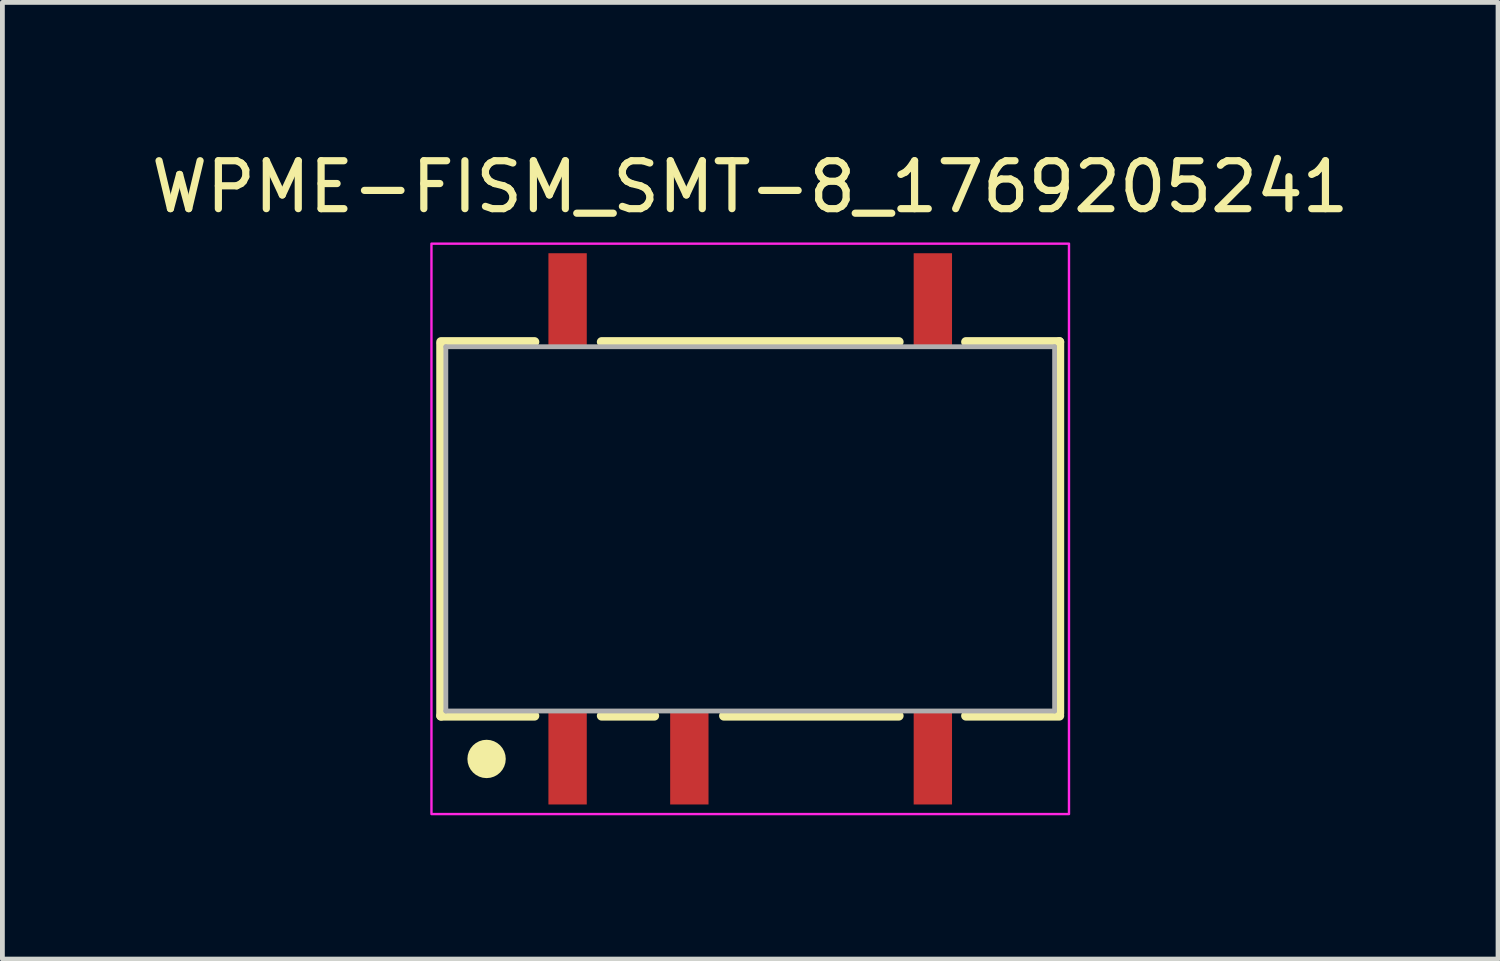
<source format=kicad_pcb>
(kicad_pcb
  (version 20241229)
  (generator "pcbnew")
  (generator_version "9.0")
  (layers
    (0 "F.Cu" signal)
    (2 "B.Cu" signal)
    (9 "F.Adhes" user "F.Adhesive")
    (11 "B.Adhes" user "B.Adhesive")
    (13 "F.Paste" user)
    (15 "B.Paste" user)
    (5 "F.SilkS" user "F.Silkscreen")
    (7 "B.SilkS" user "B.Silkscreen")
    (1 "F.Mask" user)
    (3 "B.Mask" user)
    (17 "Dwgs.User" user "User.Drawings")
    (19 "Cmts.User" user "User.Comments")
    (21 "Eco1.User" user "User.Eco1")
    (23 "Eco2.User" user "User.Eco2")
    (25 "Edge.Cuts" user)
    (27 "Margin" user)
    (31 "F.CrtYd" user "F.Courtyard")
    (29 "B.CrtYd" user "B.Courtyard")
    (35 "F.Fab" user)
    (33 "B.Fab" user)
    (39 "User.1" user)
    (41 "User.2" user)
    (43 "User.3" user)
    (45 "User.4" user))
  (footprint "WPME-FISM_SMT-8_1769205241"
    (layer "F.Cu")
    (at 12.601 7.983)
    (property "Reference" "WPME-FISM_SMT-8_1769205241" (at 0 -7.135 0) (layer "F.SilkS") (effects (font (size 1 1) (thickness 0.15))))
    (attr smd)
    (fp_line (start -6.45 -3.9) (end -4.5 -3.9) (stroke (width 0.2) (type solid)) (layer "F.SilkS"))
    (fp_line (start -6.45 -3.85) (end -6.45 3.9) (stroke (width 0.2) (type solid)) (layer "F.SilkS"))
    (fp_line (start -6.45 3.9) (end -4.5 3.9) (stroke (width 0.2) (type solid)) (layer "F.SilkS"))
    (fp_line (start -2 3.9) (end -3.1 3.9) (stroke (width 0.2) (type solid)) (layer "F.SilkS"))
    (fp_line (start 3.1 -3.9) (end -3.1 -3.9) (stroke (width 0.2) (type solid)) (layer "F.SilkS"))
    (fp_line (start 3.1 3.9) (end -0.55 3.9) (stroke (width 0.2) (type solid)) (layer "F.SilkS"))
    (fp_line (start 6.45 -3.9) (end 4.5 -3.9) (stroke (width 0.2) (type solid)) (layer "F.SilkS"))
    (fp_line (start 6.45 3.85) (end 6.45 -3.9) (stroke (width 0.2) (type solid)) (layer "F.SilkS"))
    (fp_line (start 6.45 3.9) (end 4.5 3.9) (stroke (width 0.2) (type solid)) (layer "F.SilkS"))
    (fp_circle (center -5.5 4.8) (end -5.3 4.8) (stroke (width 0.4) (type solid)) (fill no) (layer "F.SilkS"))
    (fp_rect (start -6.65 -5.95) (end 6.65 5.95) (stroke (width 0.05) (type default)) (fill no) (layer "F.CrtYd"))
    (fp_line (start -6.35 -3.8) (end 6.35 -3.8) (stroke (width 0.1) (type solid)) (layer "F.Fab"))
    (fp_line (start -6.35 3.8) (end -6.35 -3.8) (stroke (width 0.1) (type solid)) (layer "F.Fab"))
    (fp_line (start 6.35 -3.8) (end 6.35 3.8) (stroke (width 0.1) (type solid)) (layer "F.Fab"))
    (fp_line (start 6.35 3.8) (end -6.35 3.8) (stroke (width 0.1) (type solid)) (layer "F.Fab"))
    (pad "1" smd rect (at -3.81 4.775) (size 0.8 1.95) (layers "F.Cu" "F.Mask" "F.Paste"))
    (pad "2" smd rect (at -1.27 4.775) (size 0.8 1.95) (layers "F.Cu" "F.Mask" "F.Paste"))
    (pad "4" smd rect (at 3.81 4.775) (size 0.8 1.95) (layers "F.Cu" "F.Mask" "F.Paste"))
    (pad "5" smd rect (at 3.81 -4.775) (size 0.8 1.95) (layers "F.Cu" "F.Mask" "F.Paste"))
    (pad "8" smd rect (at -3.81 -4.775) (size 0.8 1.95) (layers "F.Cu" "F.Mask" "F.Paste")))
  (gr_rect
    (start -3 -3)
    (end 28.202 16.958)
    (stroke (width 0.1) (type default))
    (fill no)
    (layer "Edge.Cuts")))
</source>
